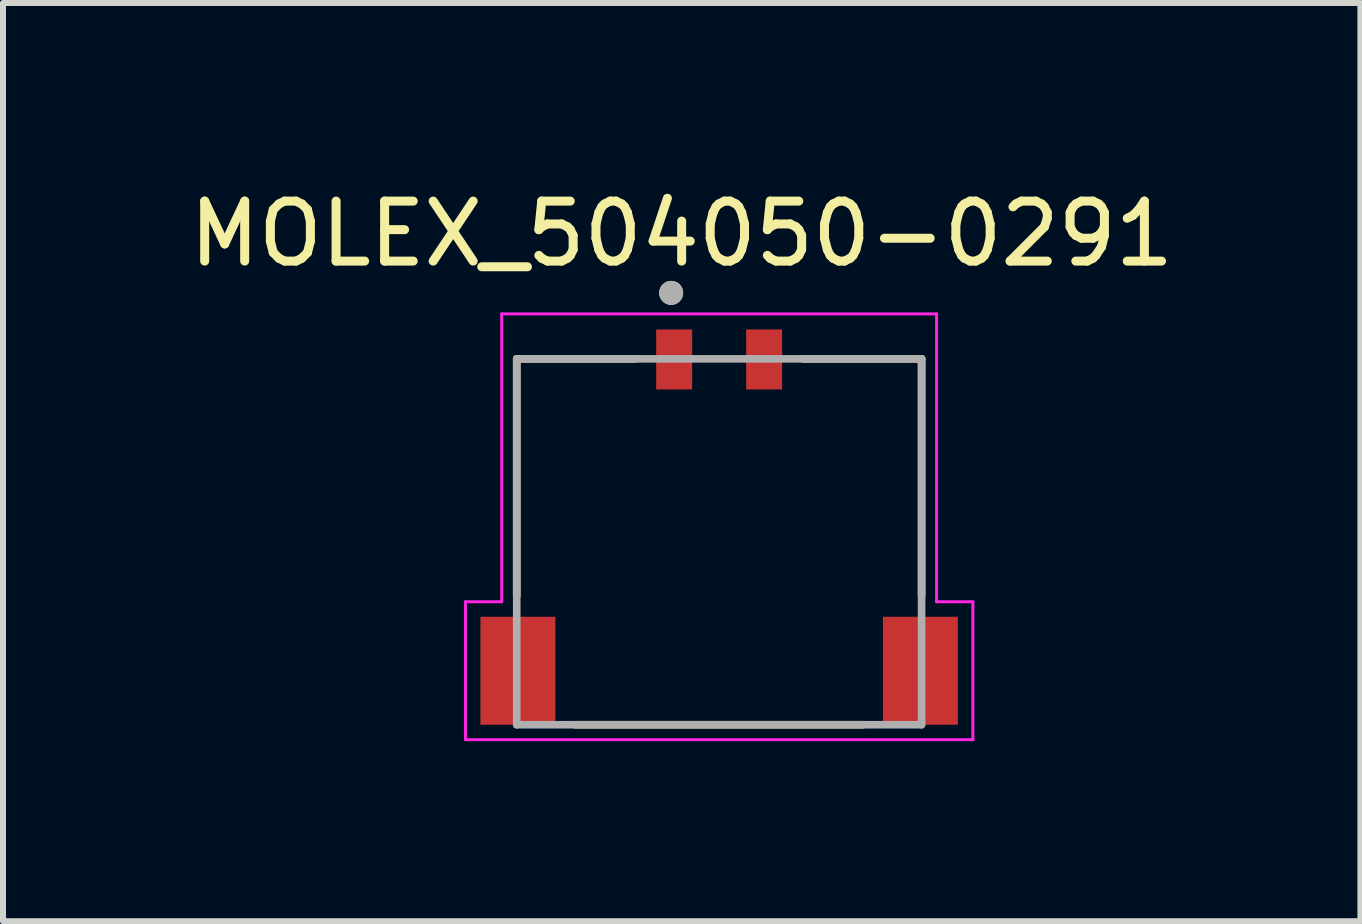
<source format=kicad_pcb>
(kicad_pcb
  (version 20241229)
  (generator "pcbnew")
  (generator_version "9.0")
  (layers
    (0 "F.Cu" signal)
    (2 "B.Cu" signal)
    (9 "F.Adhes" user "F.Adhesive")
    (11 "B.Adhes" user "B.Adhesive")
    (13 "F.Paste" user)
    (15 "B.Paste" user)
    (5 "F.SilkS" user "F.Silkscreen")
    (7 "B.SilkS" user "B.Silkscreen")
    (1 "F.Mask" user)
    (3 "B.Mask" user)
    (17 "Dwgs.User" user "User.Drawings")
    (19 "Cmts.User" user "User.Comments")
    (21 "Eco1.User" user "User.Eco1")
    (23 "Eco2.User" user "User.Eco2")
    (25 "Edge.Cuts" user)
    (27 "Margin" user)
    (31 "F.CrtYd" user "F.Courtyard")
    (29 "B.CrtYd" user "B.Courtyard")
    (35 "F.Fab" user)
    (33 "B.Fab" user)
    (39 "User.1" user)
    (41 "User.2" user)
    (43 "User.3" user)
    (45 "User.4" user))
  (footprint "MOLEX_504050-0291"
    (layer "F.Cu")
    (at 8.94 5.983)
    (property "Reference" "MOLEX_504050-0291" (at -0.625 -5.135 0) (layer "F.SilkS") (effects (font (size 1 1) (thickness 0.15))))
    (attr smd)
    (fp_line (start -3.375 -3.05) (end -1.4 -3.05) (stroke (width 0.127) (type solid)) (layer "F.SilkS"))
    (fp_line (start -3.375 0.9) (end -3.375 -3.05) (stroke (width 0.127) (type solid)) (layer "F.SilkS"))
    (fp_line (start 1.4 -3.05) (end 3.375 -3.05) (stroke (width 0.127) (type solid)) (layer "F.SilkS"))
    (fp_line (start 2.4 3.05) (end -2.4 3.05) (stroke (width 0.127) (type solid)) (layer "F.SilkS"))
    (fp_line (start 3.375 -3.05) (end 3.375 0.9) (stroke (width 0.127) (type solid)) (layer "F.SilkS"))
    (fp_circle (center -0.8 -4.15) (end -0.7 -4.15) (stroke (width 0.2) (type solid)) (fill no) (layer "F.SilkS"))
    (fp_line (start -4.23 1) (end -3.625 1) (stroke (width 0.05) (type solid)) (layer "F.CrtYd"))
    (fp_line (start -4.23 3.3) (end -4.23 1) (stroke (width 0.05) (type solid)) (layer "F.CrtYd"))
    (fp_line (start -3.625 -3.8) (end 3.625 -3.8) (stroke (width 0.05) (type solid)) (layer "F.CrtYd"))
    (fp_line (start -3.625 1) (end -3.625 -3.8) (stroke (width 0.05) (type solid)) (layer "F.CrtYd"))
    (fp_line (start 3.625 -3.8) (end 3.625 1) (stroke (width 0.05) (type solid)) (layer "F.CrtYd"))
    (fp_line (start 3.625 1) (end 4.23 1) (stroke (width 0.05) (type solid)) (layer "F.CrtYd"))
    (fp_line (start 4.23 1) (end 4.23 3.3) (stroke (width 0.05) (type solid)) (layer "F.CrtYd"))
    (fp_line (start 4.23 3.3) (end -4.23 3.3) (stroke (width 0.05) (type solid)) (layer "F.CrtYd"))
    (fp_line (start -3.375 -3.05) (end 3.375 -3.05) (stroke (width 0.127) (type solid)) (layer "F.Fab"))
    (fp_line (start -3.375 3.05) (end -3.375 -3.05) (stroke (width 0.127) (type solid)) (layer "F.Fab"))
    (fp_line (start 3.375 -3.05) (end 3.375 3.05) (stroke (width 0.127) (type solid)) (layer "F.Fab"))
    (fp_line (start 3.375 3.05) (end -3.375 3.05) (stroke (width 0.127) (type solid)) (layer "F.Fab"))
    (fp_circle (center -0.8 -4.15) (end -0.7 -4.15) (stroke (width 0.2) (type solid)) (fill no) (layer "F.Fab"))
    (pad "1" smd rect (at -0.75 -3.04) (size 0.6 1) (layers "F.Cu" "F.Mask" "F.Paste"))
    (pad "2" smd rect (at 0.75 -3.04) (size 0.6 1) (layers "F.Cu" "F.Mask" "F.Paste"))
    (pad "S1" smd rect (at -3.355 2.15) (size 1.25 1.8) (layers "F.Cu" "F.Mask" "F.Paste"))
    (pad "S2" smd rect (at 3.355 2.15) (size 1.25 1.8) (layers "F.Cu" "F.Mask" "F.Paste")))
  (gr_rect
    (start -3 -3)
    (end 19.631 12.308)
    (stroke (width 0.1) (type default))
    (fill no)
    (layer "Edge.Cuts")))
</source>
